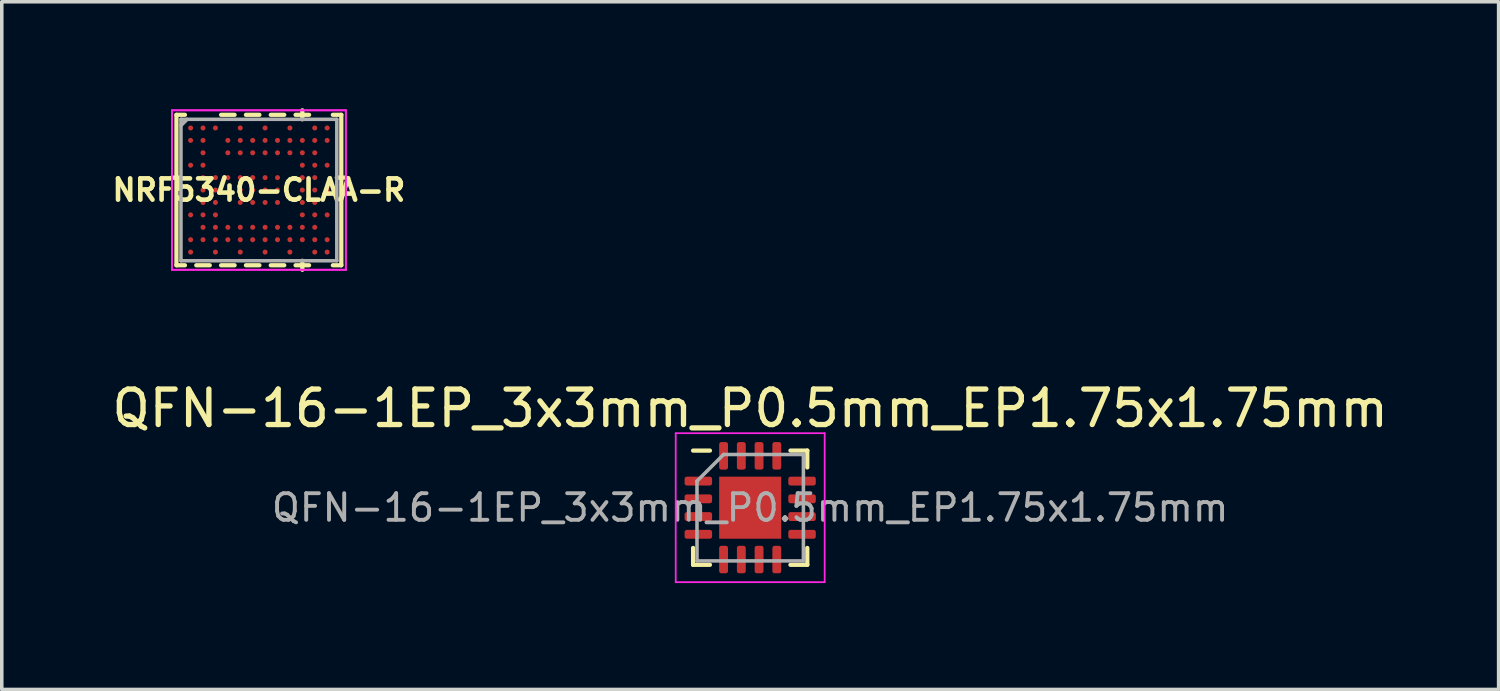
<source format=kicad_pcb>
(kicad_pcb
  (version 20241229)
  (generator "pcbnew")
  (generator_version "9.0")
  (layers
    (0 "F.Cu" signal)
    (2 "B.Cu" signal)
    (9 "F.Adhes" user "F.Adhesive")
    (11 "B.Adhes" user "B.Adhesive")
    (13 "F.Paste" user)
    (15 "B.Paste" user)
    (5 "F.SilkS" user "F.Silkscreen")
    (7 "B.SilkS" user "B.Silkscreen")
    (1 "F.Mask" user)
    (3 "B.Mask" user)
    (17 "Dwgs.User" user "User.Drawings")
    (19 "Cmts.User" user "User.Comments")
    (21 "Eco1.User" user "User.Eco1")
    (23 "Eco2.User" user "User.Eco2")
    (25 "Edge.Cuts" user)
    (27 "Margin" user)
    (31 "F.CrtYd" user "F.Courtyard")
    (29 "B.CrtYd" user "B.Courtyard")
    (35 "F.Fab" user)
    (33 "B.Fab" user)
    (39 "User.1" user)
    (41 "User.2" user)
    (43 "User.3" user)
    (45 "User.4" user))
  (footprint "NRF5340-CLAA-R"
    (layer "F.Cu")
    (at 4.249 2.308)
    (property "Reference" "NRF5340-CLAA-R" (at 0 0 0) (layer "F.SilkS") (effects (font (size 0.6 0.6) (thickness 0.13))))
    (attr smd)
    (fp_line (start -2.324 -2.121) (end -2.324 2.121) (stroke (width 0.12) (type solid)) (layer "F.SilkS"))
    (fp_line (start -2.324 2.121) (end -2.085 2.121) (stroke (width 0.12) (type solid)) (layer "F.SilkS"))
    (fp_line (start -2.197 -0.35) (end -2.451 -0.35) (stroke (width 0.12) (type solid)) (layer "F.SilkS"))
    (fp_line (start -2.085 -2.121) (end -2.324 -2.121) (stroke (width 0.12) (type solid)) (layer "F.SilkS"))
    (fp_line (start -1.765 2.121) (end -1.385 2.121) (stroke (width 0.12) (type solid)) (layer "F.SilkS"))
    (fp_line (start -1.065 2.121) (end -0.685 2.121) (stroke (width 0.12) (type solid)) (layer "F.SilkS"))
    (fp_line (start -0.685 -2.121) (end -1.065 -2.121) (stroke (width 0.12) (type solid)) (layer "F.SilkS"))
    (fp_line (start -0.365 2.121) (end 0.015 2.121) (stroke (width 0.12) (type solid)) (layer "F.SilkS"))
    (fp_line (start 0.015 -2.121) (end -0.365 -2.121) (stroke (width 0.12) (type solid)) (layer "F.SilkS"))
    (fp_line (start 0.335 2.121) (end 0.715 2.121) (stroke (width 0.12) (type solid)) (layer "F.SilkS"))
    (fp_line (start 0.715 -2.121) (end 0.335 -2.121) (stroke (width 0.12) (type solid)) (layer "F.SilkS"))
    (fp_line (start 1.035 2.121) (end 1.415 2.121) (stroke (width 0.12) (type solid)) (layer "F.SilkS"))
    (fp_line (start 1.225 -1.994) (end 1.225 -2.248) (stroke (width 0.12) (type solid)) (layer "F.SilkS"))
    (fp_line (start 1.225 1.994) (end 1.225 2.248) (stroke (width 0.12) (type solid)) (layer "F.SilkS"))
    (fp_line (start 1.415 -2.121) (end 1.035 -2.121) (stroke (width 0.12) (type solid)) (layer "F.SilkS"))
    (fp_line (start 2.085 2.121) (end 2.324 2.121) (stroke (width 0.12) (type solid)) (layer "F.SilkS"))
    (fp_line (start 2.197 -0.35) (end 2.451 -0.35) (stroke (width 0.12) (type solid)) (layer "F.SilkS"))
    (fp_line (start 2.324 -2.121) (end 2.085 -2.121) (stroke (width 0.12) (type solid)) (layer "F.SilkS"))
    (fp_line (start 2.324 2.121) (end 2.324 -2.121) (stroke (width 0.12) (type solid)) (layer "F.SilkS"))
    (fp_line (start -2.451 -2.248) (end 2.451 -2.248) (stroke (width 0.05) (type solid)) (layer "F.CrtYd"))
    (fp_line (start -2.451 -2.248) (end 2.451 -2.248) (stroke (width 0.05) (type solid)) (layer "F.CrtYd"))
    (fp_line (start -2.451 2.248) (end -2.451 -2.248) (stroke (width 0.05) (type solid)) (layer "F.CrtYd"))
    (fp_line (start -2.451 2.248) (end -2.451 -2.248) (stroke (width 0.05) (type solid)) (layer "F.CrtYd"))
    (fp_line (start 2.451 -2.248) (end 2.451 2.248) (stroke (width 0.05) (type solid)) (layer "F.CrtYd"))
    (fp_line (start 2.451 -2.248) (end 2.451 2.248) (stroke (width 0.05) (type solid)) (layer "F.CrtYd"))
    (fp_line (start 2.451 2.248) (end -2.451 2.248) (stroke (width 0.05) (type solid)) (layer "F.CrtYd"))
    (fp_line (start 2.451 2.248) (end -2.451 2.248) (stroke (width 0.05) (type solid)) (layer "F.CrtYd"))
    (fp_line (start -2.197 -1.994) (end -2.197 1.994) (stroke (width 0.1) (type solid)) (layer "F.Fab"))
    (fp_line (start -2.197 1.994) (end 2.197 1.994) (stroke (width 0.1) (type solid)) (layer "F.Fab"))
    (fp_line (start -2.022 -1.994) (end -2.197 -1.819) (stroke (width 0.1) (type solid)) (layer "F.Fab"))
    (fp_line (start 2.197 -1.994) (end -2.197 -1.994) (stroke (width 0.1) (type solid)) (layer "F.Fab"))
    (fp_line (start 2.197 1.994) (end 2.197 -1.994) (stroke (width 0.1) (type solid)) (layer "F.Fab"))
    (pad "A1" smd circle (at -1.925 -1.75) (size 0.142 0.142) (layers "F.Cu" "F.Mask" "F.Paste"))
    (pad "A2" smd circle (at -1.575 -1.75) (size 0.142 0.142) (layers "F.Cu" "F.Mask" "F.Paste"))
    (pad "A3" smd circle (at -1.225 -1.75) (size 0.142 0.142) (layers "F.Cu" "F.Mask" "F.Paste"))
    (pad "A5" smd circle (at -0.525 -1.75) (size 0.142 0.142) (layers "F.Cu" "F.Mask" "F.Paste"))
    (pad "A7" smd circle (at 0.175 -1.75) (size 0.142 0.142) (layers "F.Cu" "F.Mask" "F.Paste"))
    (pad "A9" smd circle (at 0.875 -1.75) (size 0.142 0.142) (layers "F.Cu" "F.Mask" "F.Paste"))
    (pad "A11" smd circle (at 1.575 -1.75) (size 0.142 0.142) (layers "F.Cu" "F.Mask" "F.Paste"))
    (pad "A12" smd circle (at 1.925 -1.75) (size 0.142 0.142) (layers "F.Cu" "F.Mask" "F.Paste"))
    (pad "B1" smd circle (at -1.925 -1.4) (size 0.142 0.142) (layers "F.Cu" "F.Mask" "F.Paste"))
    (pad "B2" smd circle (at -1.575 -1.4) (size 0.142 0.142) (layers "F.Cu" "F.Mask" "F.Paste"))
    (pad "B4" smd circle (at -0.875 -1.4) (size 0.142 0.142) (layers "F.Cu" "F.Mask" "F.Paste"))
    (pad "B5" smd circle (at -0.525 -1.4) (size 0.142 0.142) (layers "F.Cu" "F.Mask" "F.Paste"))
    (pad "B6" smd circle (at -0.175 -1.4) (size 0.142 0.142) (layers "F.Cu" "F.Mask" "F.Paste"))
    (pad "B7" smd circle (at 0.175 -1.4) (size 0.142 0.142) (layers "F.Cu" "F.Mask" "F.Paste"))
    (pad "B8" smd circle (at 0.525 -1.4) (size 0.142 0.142) (layers "F.Cu" "F.Mask" "F.Paste"))
    (pad "B9" smd circle (at 0.875 -1.4) (size 0.142 0.142) (layers "F.Cu" "F.Mask" "F.Paste"))
    (pad "B10" smd circle (at 1.225 -1.4) (size 0.142 0.142) (layers "F.Cu" "F.Mask" "F.Paste"))
    (pad "B11" smd circle (at 1.575 -1.4) (size 0.142 0.142) (layers "F.Cu" "F.Mask" "F.Paste"))
    (pad "B12" smd circle (at 1.925 -1.4) (size 0.142 0.142) (layers "F.Cu" "F.Mask" "F.Paste"))
    (pad "C2" smd circle (at -1.575 -1.05) (size 0.142 0.142) (layers "F.Cu" "F.Mask" "F.Paste"))
    (pad "C4" smd circle (at -0.875 -1.05) (size 0.142 0.142) (layers "F.Cu" "F.Mask" "F.Paste"))
    (pad "C5" smd circle (at -0.525 -1.05) (size 0.142 0.142) (layers "F.Cu" "F.Mask" "F.Paste"))
    (pad "C6" smd circle (at -0.175 -1.05) (size 0.142 0.142) (layers "F.Cu" "F.Mask" "F.Paste"))
    (pad "C7" smd circle (at 0.175 -1.05) (size 0.142 0.142) (layers "F.Cu" "F.Mask" "F.Paste"))
    (pad "C8" smd circle (at 0.525 -1.05) (size 0.142 0.142) (layers "F.Cu" "F.Mask" "F.Paste"))
    (pad "C9" smd circle (at 0.875 -1.05) (size 0.142 0.142) (layers "F.Cu" "F.Mask" "F.Paste"))
    (pad "C10" smd circle (at 1.225 -1.05) (size 0.142 0.142) (layers "F.Cu" "F.Mask" "F.Paste"))
    (pad "C11" smd circle (at 1.575 -1.05) (size 0.142 0.142) (layers "F.Cu" "F.Mask" "F.Paste"))
    (pad "D1" smd circle (at -1.925 -0.7) (size 0.142 0.142) (layers "F.Cu" "F.Mask" "F.Paste"))
    (pad "D2" smd circle (at -1.575 -0.7) (size 0.142 0.142) (layers "F.Cu" "F.Mask" "F.Paste"))
    (pad "D10" smd circle (at 1.225 -0.7) (size 0.142 0.142) (layers "F.Cu" "F.Mask" "F.Paste"))
    (pad "D11" smd circle (at 1.575 -0.7) (size 0.142 0.142) (layers "F.Cu" "F.Mask" "F.Paste"))
    (pad "D12" smd circle (at 1.925 -0.7) (size 0.142 0.142) (layers "F.Cu" "F.Mask" "F.Paste"))
    (pad "E2" smd circle (at -1.575 -0.35) (size 0.142 0.142) (layers "F.Cu" "F.Mask" "F.Paste"))
    (pad "E3" smd circle (at -1.225 -0.35) (size 0.142 0.142) (layers "F.Cu" "F.Mask" "F.Paste"))
    (pad "E4" smd circle (at -0.875 -0.35) (size 0.142 0.142) (layers "F.Cu" "F.Mask" "F.Paste"))
    (pad "E5" smd circle (at -0.525 -0.35) (size 0.142 0.142) (layers "F.Cu" "F.Mask" "F.Paste"))
    (pad "E6" smd circle (at -0.175 -0.35) (size 0.142 0.142) (layers "F.Cu" "F.Mask" "F.Paste"))
    (pad "E7" smd circle (at 0.175 -0.35) (size 0.142 0.142) (layers "F.Cu" "F.Mask" "F.Paste"))
    (pad "E8" smd circle (at 0.525 -0.35) (size 0.142 0.142) (layers "F.Cu" "F.Mask" "F.Paste"))
    (pad "E10" smd circle (at 1.225 -0.35) (size 0.142 0.142) (layers "F.Cu" "F.Mask" "F.Paste"))
    (pad "E11" smd circle (at 1.575 -0.35) (size 0.142 0.142) (layers "F.Cu" "F.Mask" "F.Paste"))
    (pad "F1" smd circle (at -1.925 0) (size 0.142 0.142) (layers "F.Cu" "F.Mask" "F.Paste"))
    (pad "F2" smd circle (at -1.575 0) (size 0.142 0.142) (layers "F.Cu" "F.Mask" "F.Paste"))
    (pad "F3" smd circle (at -1.225 0) (size 0.142 0.142) (layers "F.Cu" "F.Mask" "F.Paste"))
    (pad "F5" smd circle (at -0.525 0) (size 0.142 0.142) (layers "F.Cu" "F.Mask" "F.Paste"))
    (pad "F6" smd circle (at -0.175 0) (size 0.142 0.142) (layers "F.Cu" "F.Mask" "F.Paste"))
    (pad "F7" smd circle (at 0.175 0) (size 0.142 0.142) (layers "F.Cu" "F.Mask" "F.Paste"))
    (pad "F8" smd circle (at 0.525 0) (size 0.142 0.142) (layers "F.Cu" "F.Mask" "F.Paste"))
    (pad "F10" smd circle (at 1.225 0) (size 0.142 0.142) (layers "F.Cu" "F.Mask" "F.Paste"))
    (pad "F11" smd circle (at 1.575 0) (size 0.142 0.142) (layers "F.Cu" "F.Mask" "F.Paste"))
    (pad "F12" smd circle (at 1.925 0) (size 0.142 0.142) (layers "F.Cu" "F.Mask" "F.Paste"))
    (pad "G2" smd circle (at -1.575 0.35) (size 0.142 0.142) (layers "F.Cu" "F.Mask" "F.Paste"))
    (pad "G3" smd circle (at -1.225 0.35) (size 0.142 0.142) (layers "F.Cu" "F.Mask" "F.Paste"))
    (pad "G5" smd circle (at -0.525 0.35) (size 0.142 0.142) (layers "F.Cu" "F.Mask" "F.Paste"))
    (pad "G6" smd circle (at -0.175 0.35) (size 0.142 0.142) (layers "F.Cu" "F.Mask" "F.Paste"))
    (pad "G7" smd circle (at 0.175 0.35) (size 0.142 0.142) (layers "F.Cu" "F.Mask" "F.Paste"))
    (pad "G8" smd circle (at 0.525 0.35) (size 0.142 0.142) (layers "F.Cu" "F.Mask" "F.Paste"))
    (pad "G10" smd circle (at 1.225 0.35) (size 0.142 0.142) (layers "F.Cu" "F.Mask" "F.Paste"))
    (pad "G11" smd circle (at 1.575 0.35) (size 0.142 0.142) (layers "F.Cu" "F.Mask" "F.Paste"))
    (pad "H1" smd circle (at -1.925 0.7) (size 0.142 0.142) (layers "F.Cu" "F.Mask" "F.Paste"))
    (pad "H2" smd circle (at -1.575 0.7) (size 0.142 0.142) (layers "F.Cu" "F.Mask" "F.Paste"))
    (pad "H3" smd circle (at -1.225 0.7) (size 0.142 0.142) (layers "F.Cu" "F.Mask" "F.Paste"))
    (pad "H10" smd circle (at 1.225 0.7) (size 0.142 0.142) (layers "F.Cu" "F.Mask" "F.Paste"))
    (pad "H11" smd circle (at 1.575 0.7) (size 0.142 0.142) (layers "F.Cu" "F.Mask" "F.Paste"))
    (pad "H12" smd circle (at 1.925 0.7) (size 0.142 0.142) (layers "F.Cu" "F.Mask" "F.Paste"))
    (pad "J2" smd circle (at -1.575 1.05) (size 0.142 0.142) (layers "F.Cu" "F.Mask" "F.Paste"))
    (pad "J3" smd circle (at -1.225 1.05) (size 0.142 0.142) (layers "F.Cu" "F.Mask" "F.Paste"))
    (pad "J4" smd circle (at -0.875 1.05) (size 0.142 0.142) (layers "F.Cu" "F.Mask" "F.Paste"))
    (pad "J5" smd circle (at -0.525 1.05) (size 0.142 0.142) (layers "F.Cu" "F.Mask" "F.Paste"))
    (pad "J6" smd circle (at -0.175 1.05) (size 0.142 0.142) (layers "F.Cu" "F.Mask" "F.Paste"))
    (pad "J7" smd circle (at 0.175 1.05) (size 0.142 0.142) (layers "F.Cu" "F.Mask" "F.Paste"))
    (pad "J8" smd circle (at 0.525 1.05) (size 0.142 0.142) (layers "F.Cu" "F.Mask" "F.Paste"))
    (pad "J9" smd circle (at 0.875 1.05) (size 0.142 0.142) (layers "F.Cu" "F.Mask" "F.Paste"))
    (pad "J10" smd circle (at 1.225 1.05) (size 0.142 0.142) (layers "F.Cu" "F.Mask" "F.Paste"))
    (pad "J11" smd circle (at 1.575 1.05) (size 0.142 0.142) (layers "F.Cu" "F.Mask" "F.Paste"))
    (pad "K1" smd circle (at -1.925 1.4) (size 0.142 0.142) (layers "F.Cu" "F.Mask" "F.Paste"))
    (pad "K2" smd circle (at -1.575 1.4) (size 0.142 0.142) (layers "F.Cu" "F.Mask" "F.Paste"))
    (pad "K3" smd circle (at -1.225 1.4) (size 0.142 0.142) (layers "F.Cu" "F.Mask" "F.Paste"))
    (pad "K4" smd circle (at -0.875 1.4) (size 0.142 0.142) (layers "F.Cu" "F.Mask" "F.Paste"))
    (pad "K5" smd circle (at -0.525 1.4) (size 0.142 0.142) (layers "F.Cu" "F.Mask" "F.Paste"))
    (pad "K6" smd circle (at -0.175 1.4) (size 0.142 0.142) (layers "F.Cu" "F.Mask" "F.Paste"))
    (pad "K7" smd circle (at 0.175 1.4) (size 0.142 0.142) (layers "F.Cu" "F.Mask" "F.Paste"))
    (pad "K8" smd circle (at 0.525 1.4) (size 0.142 0.142) (layers "F.Cu" "F.Mask" "F.Paste"))
    (pad "K9" smd circle (at 0.875 1.4) (size 0.142 0.142) (layers "F.Cu" "F.Mask" "F.Paste"))
    (pad "K10" smd circle (at 1.225 1.4) (size 0.142 0.142) (layers "F.Cu" "F.Mask" "F.Paste"))
    (pad "K11" smd circle (at 1.575 1.4) (size 0.142 0.142) (layers "F.Cu" "F.Mask" "F.Paste"))
    (pad "K12" smd circle (at 1.925 1.4) (size 0.142 0.142) (layers "F.Cu" "F.Mask" "F.Paste"))
    (pad "L1" smd circle (at -1.925 1.75) (size 0.142 0.142) (layers "F.Cu" "F.Mask" "F.Paste"))
    (pad "L3" smd circle (at -1.225 1.75) (size 0.142 0.142) (layers "F.Cu" "F.Mask" "F.Paste"))
    (pad "L5" smd circle (at -0.525 1.75) (size 0.142 0.142) (layers "F.Cu" "F.Mask" "F.Paste"))
    (pad "L7" smd circle (at 0.175 1.75) (size 0.142 0.142) (layers "F.Cu" "F.Mask" "F.Paste"))
    (pad "L9" smd circle (at 0.875 1.75) (size 0.142 0.142) (layers "F.Cu" "F.Mask" "F.Paste"))
    (pad "L11" smd circle (at 1.575 1.75) (size 0.142 0.142) (layers "F.Cu" "F.Mask" "F.Paste"))
    (pad "L12" smd circle (at 1.925 1.75) (size 0.142 0.142) (layers "F.Cu" "F.Mask" "F.Paste")))
  (footprint "QFN-16-1EP_3x3mm_P0.5mm_EP1.75x1.75mm"
    (layer "F.Cu")
    (at 18.101 11.264)
    (property "Reference" "QFN-16-1EP_3x3mm_P0.5mm_EP1.75x1.75mm" (at 0 -2.8 0) (layer "F.SilkS") (effects (font (size 1 1) (thickness 0.15))))
    (attr smd)
    (fp_line (start -1.61 1.61) (end -1.61 1.135) (stroke (width 0.12) (type solid)) (layer "F.SilkS"))
    (fp_line (start -1.135 -1.61) (end -1.61 -1.61) (stroke (width 0.12) (type solid)) (layer "F.SilkS"))
    (fp_line (start -1.135 1.61) (end -1.61 1.61) (stroke (width 0.12) (type solid)) (layer "F.SilkS"))
    (fp_line (start 1.135 -1.61) (end 1.61 -1.61) (stroke (width 0.12) (type solid)) (layer "F.SilkS"))
    (fp_line (start 1.135 1.61) (end 1.61 1.61) (stroke (width 0.12) (type solid)) (layer "F.SilkS"))
    (fp_line (start 1.61 -1.61) (end 1.61 -1.135) (stroke (width 0.12) (type solid)) (layer "F.SilkS"))
    (fp_line (start 1.61 1.61) (end 1.61 1.135) (stroke (width 0.12) (type solid)) (layer "F.SilkS"))
    (fp_line (start -2.1 -2.1) (end -2.1 2.1) (stroke (width 0.05) (type solid)) (layer "F.CrtYd"))
    (fp_line (start -2.1 2.1) (end 2.1 2.1) (stroke (width 0.05) (type solid)) (layer "F.CrtYd"))
    (fp_line (start 2.1 -2.1) (end -2.1 -2.1) (stroke (width 0.05) (type solid)) (layer "F.CrtYd"))
    (fp_line (start 2.1 2.1) (end 2.1 -2.1) (stroke (width 0.05) (type solid)) (layer "F.CrtYd"))
    (fp_line (start -1.5 -0.75) (end -0.75 -1.5) (stroke (width 0.1) (type solid)) (layer "F.Fab"))
    (fp_line (start -1.5 1.5) (end -1.5 -0.75) (stroke (width 0.1) (type solid)) (layer "F.Fab"))
    (fp_line (start -0.75 -1.5) (end 1.5 -1.5) (stroke (width 0.1) (type solid)) (layer "F.Fab"))
    (fp_line (start 1.5 -1.5) (end 1.5 1.5) (stroke (width 0.1) (type solid)) (layer "F.Fab"))
    (fp_line (start 1.5 1.5) (end -1.5 1.5) (stroke (width 0.1) (type solid)) (layer "F.Fab"))
    (fp_text user "${REFERENCE}" (at 0 0 0) (layer "F.Fab") (effects (font (size 0.75 0.75) (thickness 0.11))))
    (pad "" smd roundrect (at -0.44 -0.44) (size 0.71 0.71) (layers "F.Paste") (roundrect_rratio 0.25))
    (pad "" smd roundrect (at -0.44 0.44) (size 0.71 0.71) (layers "F.Paste") (roundrect_rratio 0.25))
    (pad "" smd roundrect (at 0.44 -0.44) (size 0.71 0.71) (layers "F.Paste") (roundrect_rratio 0.25))
    (pad "" smd roundrect (at 0.44 0.44) (size 0.71 0.71) (layers "F.Paste") (roundrect_rratio 0.25))
    (pad "1" smd roundrect (at -1.462 -0.75) (size 0.775 0.25) (layers "F.Cu" "F.Mask" "F.Paste") (roundrect_rratio 0.25))
    (pad "2" smd roundrect (at -1.462 -0.25) (size 0.775 0.25) (layers "F.Cu" "F.Mask" "F.Paste") (roundrect_rratio 0.25))
    (pad "3" smd roundrect (at -1.462 0.25) (size 0.775 0.25) (layers "F.Cu" "F.Mask" "F.Paste") (roundrect_rratio 0.25))
    (pad "4" smd roundrect (at -1.462 0.75) (size 0.775 0.25) (layers "F.Cu" "F.Mask" "F.Paste") (roundrect_rratio 0.25))
    (pad "5" smd roundrect (at -0.75 1.462) (size 0.25 0.775) (layers "F.Cu" "F.Mask" "F.Paste") (roundrect_rratio 0.25))
    (pad "6" smd roundrect (at -0.25 1.462) (size 0.25 0.775) (layers "F.Cu" "F.Mask" "F.Paste") (roundrect_rratio 0.25))
    (pad "7" smd roundrect (at 0.25 1.462) (size 0.25 0.775) (layers "F.Cu" "F.Mask" "F.Paste") (roundrect_rratio 0.25))
    (pad "8" smd roundrect (at 0.75 1.462) (size 0.25 0.775) (layers "F.Cu" "F.Mask" "F.Paste") (roundrect_rratio 0.25))
    (pad "9" smd roundrect (at 1.462 0.75) (size 0.775 0.25) (layers "F.Cu" "F.Mask" "F.Paste") (roundrect_rratio 0.25))
    (pad "10" smd roundrect (at 1.462 0.25) (size 0.775 0.25) (layers "F.Cu" "F.Mask" "F.Paste") (roundrect_rratio 0.25))
    (pad "11" smd roundrect (at 1.462 -0.25) (size 0.775 0.25) (layers "F.Cu" "F.Mask" "F.Paste") (roundrect_rratio 0.25))
    (pad "12" smd roundrect (at 1.462 -0.75) (size 0.775 0.25) (layers "F.Cu" "F.Mask" "F.Paste") (roundrect_rratio 0.25))
    (pad "13" smd roundrect (at 0.75 -1.462) (size 0.25 0.775) (layers "F.Cu" "F.Mask" "F.Paste") (roundrect_rratio 0.25))
    (pad "14" smd roundrect (at 0.25 -1.462) (size 0.25 0.775) (layers "F.Cu" "F.Mask" "F.Paste") (roundrect_rratio 0.25))
    (pad "15" smd roundrect (at -0.25 -1.462) (size 0.25 0.775) (layers "F.Cu" "F.Mask" "F.Paste") (roundrect_rratio 0.25))
    (pad "16" smd roundrect (at -0.75 -1.462) (size 0.25 0.775) (layers "F.Cu" "F.Mask" "F.Paste") (roundrect_rratio 0.25))
    (pad "17" smd rect (at 0 0) (size 1.75 1.75) (layers "F.Cu" "F.Mask")))
  (gr_rect
    (start -3 -3)
    (end 39.202 16.389)
    (stroke (width 0.1) (type default))
    (fill no)
    (layer "Edge.Cuts")))
</source>
